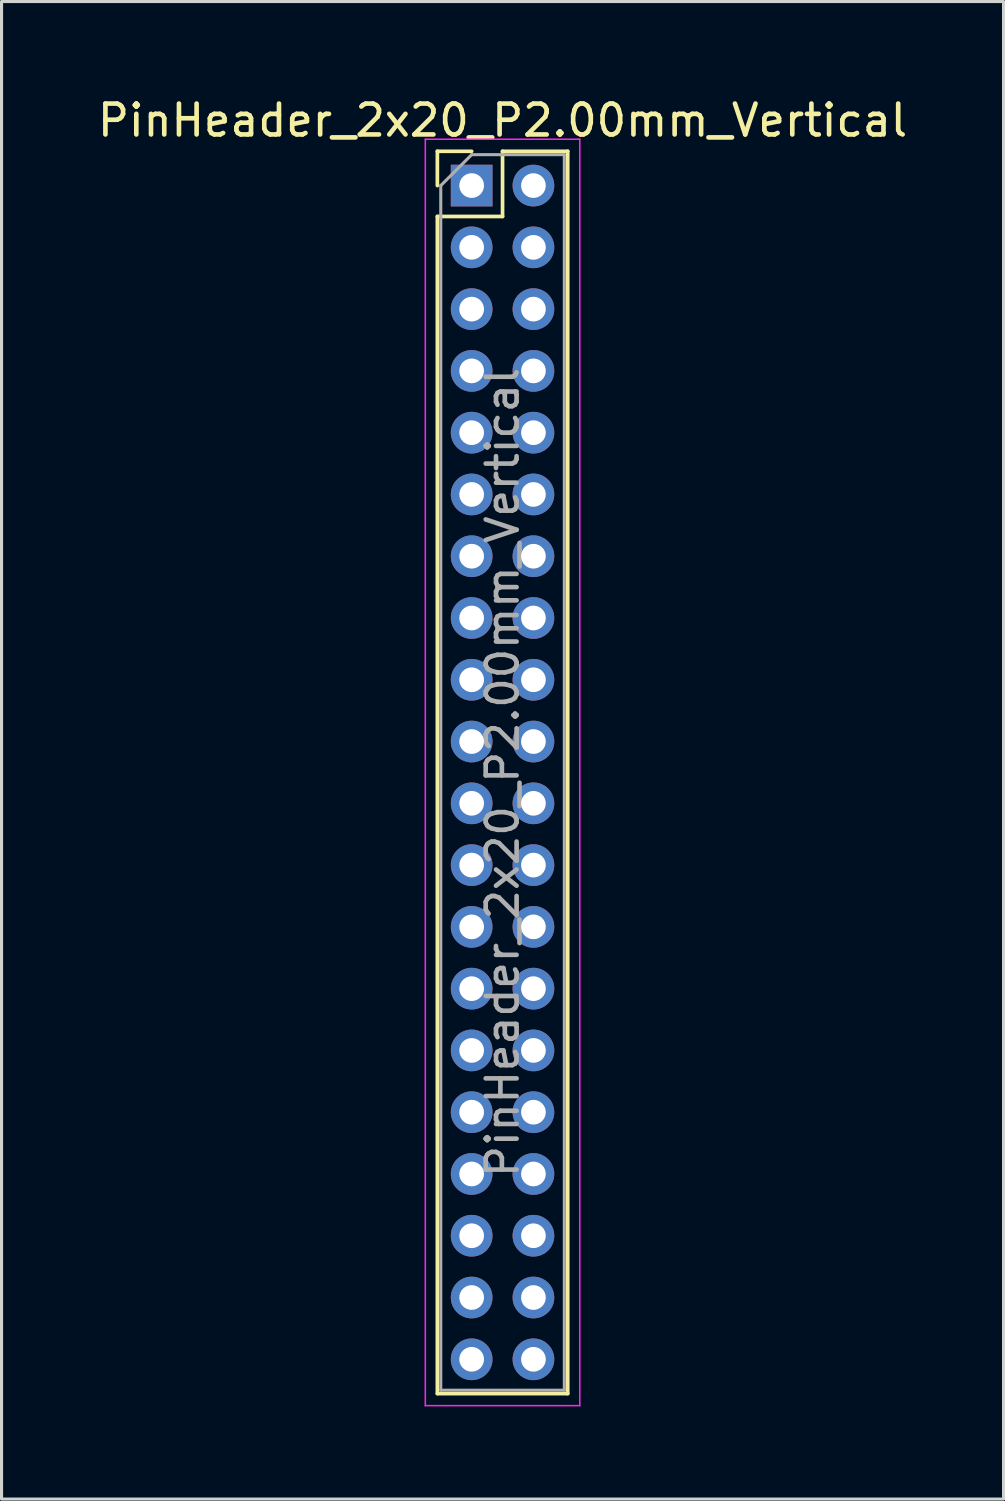
<source format=kicad_pcb>
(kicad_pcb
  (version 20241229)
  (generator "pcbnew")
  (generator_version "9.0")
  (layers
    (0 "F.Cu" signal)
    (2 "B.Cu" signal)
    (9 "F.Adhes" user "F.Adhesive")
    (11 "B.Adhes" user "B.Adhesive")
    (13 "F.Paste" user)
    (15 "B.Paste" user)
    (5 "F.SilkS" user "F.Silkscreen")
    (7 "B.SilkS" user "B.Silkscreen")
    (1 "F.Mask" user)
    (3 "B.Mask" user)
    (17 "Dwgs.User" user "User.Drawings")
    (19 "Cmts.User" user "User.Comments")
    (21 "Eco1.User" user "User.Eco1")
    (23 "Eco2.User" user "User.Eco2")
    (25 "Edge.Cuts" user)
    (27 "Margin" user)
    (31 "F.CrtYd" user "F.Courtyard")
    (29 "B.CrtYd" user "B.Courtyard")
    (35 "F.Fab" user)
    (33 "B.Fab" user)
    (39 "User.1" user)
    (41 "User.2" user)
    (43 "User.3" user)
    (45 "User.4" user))
  (footprint "PinHeader_2x20_P2.00mm_Vertical"
    (layer "F.Cu")
    (at 12.22 2.958)
    (property "Reference" "PinHeader_2x20_P2.00mm_Vertical" (at 1 -2.11 0) (layer "F.SilkS") (effects (font (size 1 1) (thickness 0.15))))
    (attr through_hole)
    (fp_line (start -1.11 -1.11) (end 0 -1.11) (stroke (width 0.12) (type solid)) (layer "F.SilkS"))
    (fp_line (start -1.11 0) (end -1.11 -1.11) (stroke (width 0.12) (type solid)) (layer "F.SilkS"))
    (fp_line (start -1.11 1) (end -1.11 39.11) (stroke (width 0.12) (type solid)) (layer "F.SilkS"))
    (fp_line (start -1.11 1) (end 1 1) (stroke (width 0.12) (type solid)) (layer "F.SilkS"))
    (fp_line (start -1.11 39.11) (end 3.11 39.11) (stroke (width 0.12) (type solid)) (layer "F.SilkS"))
    (fp_line (start 1 -1.11) (end 3.11 -1.11) (stroke (width 0.12) (type solid)) (layer "F.SilkS"))
    (fp_line (start 1 1) (end 1 -1.11) (stroke (width 0.12) (type solid)) (layer "F.SilkS"))
    (fp_line (start 3.11 -1.11) (end 3.11 39.11) (stroke (width 0.12) (type solid)) (layer "F.SilkS"))
    (fp_line (start -1.5 -1.5) (end -1.5 39.5) (stroke (width 0.05) (type solid)) (layer "F.CrtYd"))
    (fp_line (start -1.5 39.5) (end 3.5 39.5) (stroke (width 0.05) (type solid)) (layer "F.CrtYd"))
    (fp_line (start 3.5 -1.5) (end -1.5 -1.5) (stroke (width 0.05) (type solid)) (layer "F.CrtYd"))
    (fp_line (start 3.5 39.5) (end 3.5 -1.5) (stroke (width 0.05) (type solid)) (layer "F.CrtYd"))
    (fp_line (start -1 0) (end 0 -1) (stroke (width 0.1) (type solid)) (layer "F.Fab"))
    (fp_line (start -1 39) (end -1 0) (stroke (width 0.1) (type solid)) (layer "F.Fab"))
    (fp_line (start 0 -1) (end 3 -1) (stroke (width 0.1) (type solid)) (layer "F.Fab"))
    (fp_line (start 3 -1) (end 3 39) (stroke (width 0.1) (type solid)) (layer "F.Fab"))
    (fp_line (start 3 39) (end -1 39) (stroke (width 0.1) (type solid)) (layer "F.Fab"))
    (fp_text user "${REFERENCE}" (at 1 19 90) (layer "F.Fab") (effects (font (size 1 1) (thickness 0.15))))
    (pad "1" thru_hole rect (at 0 0) (size 1.35 1.35) (drill 0.8) (layers "*.Cu" "*.Mask"))
    (pad "2" thru_hole circle (at 2 0) (size 1.35 1.35) (drill 0.8) (layers "*.Cu" "*.Mask"))
    (pad "3" thru_hole circle (at 0 2) (size 1.35 1.35) (drill 0.8) (layers "*.Cu" "*.Mask"))
    (pad "4" thru_hole circle (at 2 2) (size 1.35 1.35) (drill 0.8) (layers "*.Cu" "*.Mask"))
    (pad "5" thru_hole circle (at 0 4) (size 1.35 1.35) (drill 0.8) (layers "*.Cu" "*.Mask"))
    (pad "6" thru_hole circle (at 2 4) (size 1.35 1.35) (drill 0.8) (layers "*.Cu" "*.Mask"))
    (pad "7" thru_hole circle (at 0 6) (size 1.35 1.35) (drill 0.8) (layers "*.Cu" "*.Mask"))
    (pad "8" thru_hole circle (at 2 6) (size 1.35 1.35) (drill 0.8) (layers "*.Cu" "*.Mask"))
    (pad "9" thru_hole circle (at 0 8) (size 1.35 1.35) (drill 0.8) (layers "*.Cu" "*.Mask"))
    (pad "10" thru_hole circle (at 2 8) (size 1.35 1.35) (drill 0.8) (layers "*.Cu" "*.Mask"))
    (pad "11" thru_hole circle (at 0 10) (size 1.35 1.35) (drill 0.8) (layers "*.Cu" "*.Mask"))
    (pad "12" thru_hole circle (at 2 10) (size 1.35 1.35) (drill 0.8) (layers "*.Cu" "*.Mask"))
    (pad "13" thru_hole circle (at 0 12) (size 1.35 1.35) (drill 0.8) (layers "*.Cu" "*.Mask"))
    (pad "14" thru_hole circle (at 2 12) (size 1.35 1.35) (drill 0.8) (layers "*.Cu" "*.Mask"))
    (pad "15" thru_hole circle (at 0 14) (size 1.35 1.35) (drill 0.8) (layers "*.Cu" "*.Mask"))
    (pad "16" thru_hole circle (at 2 14) (size 1.35 1.35) (drill 0.8) (layers "*.Cu" "*.Mask"))
    (pad "17" thru_hole circle (at 0 16) (size 1.35 1.35) (drill 0.8) (layers "*.Cu" "*.Mask"))
    (pad "18" thru_hole circle (at 2 16) (size 1.35 1.35) (drill 0.8) (layers "*.Cu" "*.Mask"))
    (pad "19" thru_hole circle (at 0 18) (size 1.35 1.35) (drill 0.8) (layers "*.Cu" "*.Mask"))
    (pad "20" thru_hole circle (at 2 18) (size 1.35 1.35) (drill 0.8) (layers "*.Cu" "*.Mask"))
    (pad "21" thru_hole circle (at 0 20) (size 1.35 1.35) (drill 0.8) (layers "*.Cu" "*.Mask"))
    (pad "22" thru_hole circle (at 2 20) (size 1.35 1.35) (drill 0.8) (layers "*.Cu" "*.Mask"))
    (pad "23" thru_hole circle (at 0 22) (size 1.35 1.35) (drill 0.8) (layers "*.Cu" "*.Mask"))
    (pad "24" thru_hole circle (at 2 22) (size 1.35 1.35) (drill 0.8) (layers "*.Cu" "*.Mask"))
    (pad "25" thru_hole circle (at 0 24) (size 1.35 1.35) (drill 0.8) (layers "*.Cu" "*.Mask"))
    (pad "26" thru_hole circle (at 2 24) (size 1.35 1.35) (drill 0.8) (layers "*.Cu" "*.Mask"))
    (pad "27" thru_hole circle (at 0 26) (size 1.35 1.35) (drill 0.8) (layers "*.Cu" "*.Mask"))
    (pad "28" thru_hole circle (at 2 26) (size 1.35 1.35) (drill 0.8) (layers "*.Cu" "*.Mask"))
    (pad "29" thru_hole circle (at 0 28) (size 1.35 1.35) (drill 0.8) (layers "*.Cu" "*.Mask"))
    (pad "30" thru_hole circle (at 2 28) (size 1.35 1.35) (drill 0.8) (layers "*.Cu" "*.Mask"))
    (pad "31" thru_hole circle (at 0 30) (size 1.35 1.35) (drill 0.8) (layers "*.Cu" "*.Mask"))
    (pad "32" thru_hole circle (at 2 30) (size 1.35 1.35) (drill 0.8) (layers "*.Cu" "*.Mask"))
    (pad "33" thru_hole circle (at 0 32) (size 1.35 1.35) (drill 0.8) (layers "*.Cu" "*.Mask"))
    (pad "34" thru_hole circle (at 2 32) (size 1.35 1.35) (drill 0.8) (layers "*.Cu" "*.Mask"))
    (pad "35" thru_hole circle (at 0 34) (size 1.35 1.35) (drill 0.8) (layers "*.Cu" "*.Mask"))
    (pad "36" thru_hole circle (at 2 34) (size 1.35 1.35) (drill 0.8) (layers "*.Cu" "*.Mask"))
    (pad "37" thru_hole circle (at 0 36) (size 1.35 1.35) (drill 0.8) (layers "*.Cu" "*.Mask"))
    (pad "38" thru_hole circle (at 2 36) (size 1.35 1.35) (drill 0.8) (layers "*.Cu" "*.Mask"))
    (pad "39" thru_hole circle (at 0 38) (size 1.35 1.35) (drill 0.8) (layers "*.Cu" "*.Mask"))
    (pad "40" thru_hole circle (at 2 38) (size 1.35 1.35) (drill 0.8) (layers "*.Cu" "*.Mask")))
  (gr_rect
    (start -3 -3)
    (end 29.44 45.483)
    (stroke (width 0.1) (type default))
    (fill no)
    (layer "Edge.Cuts")))
</source>
